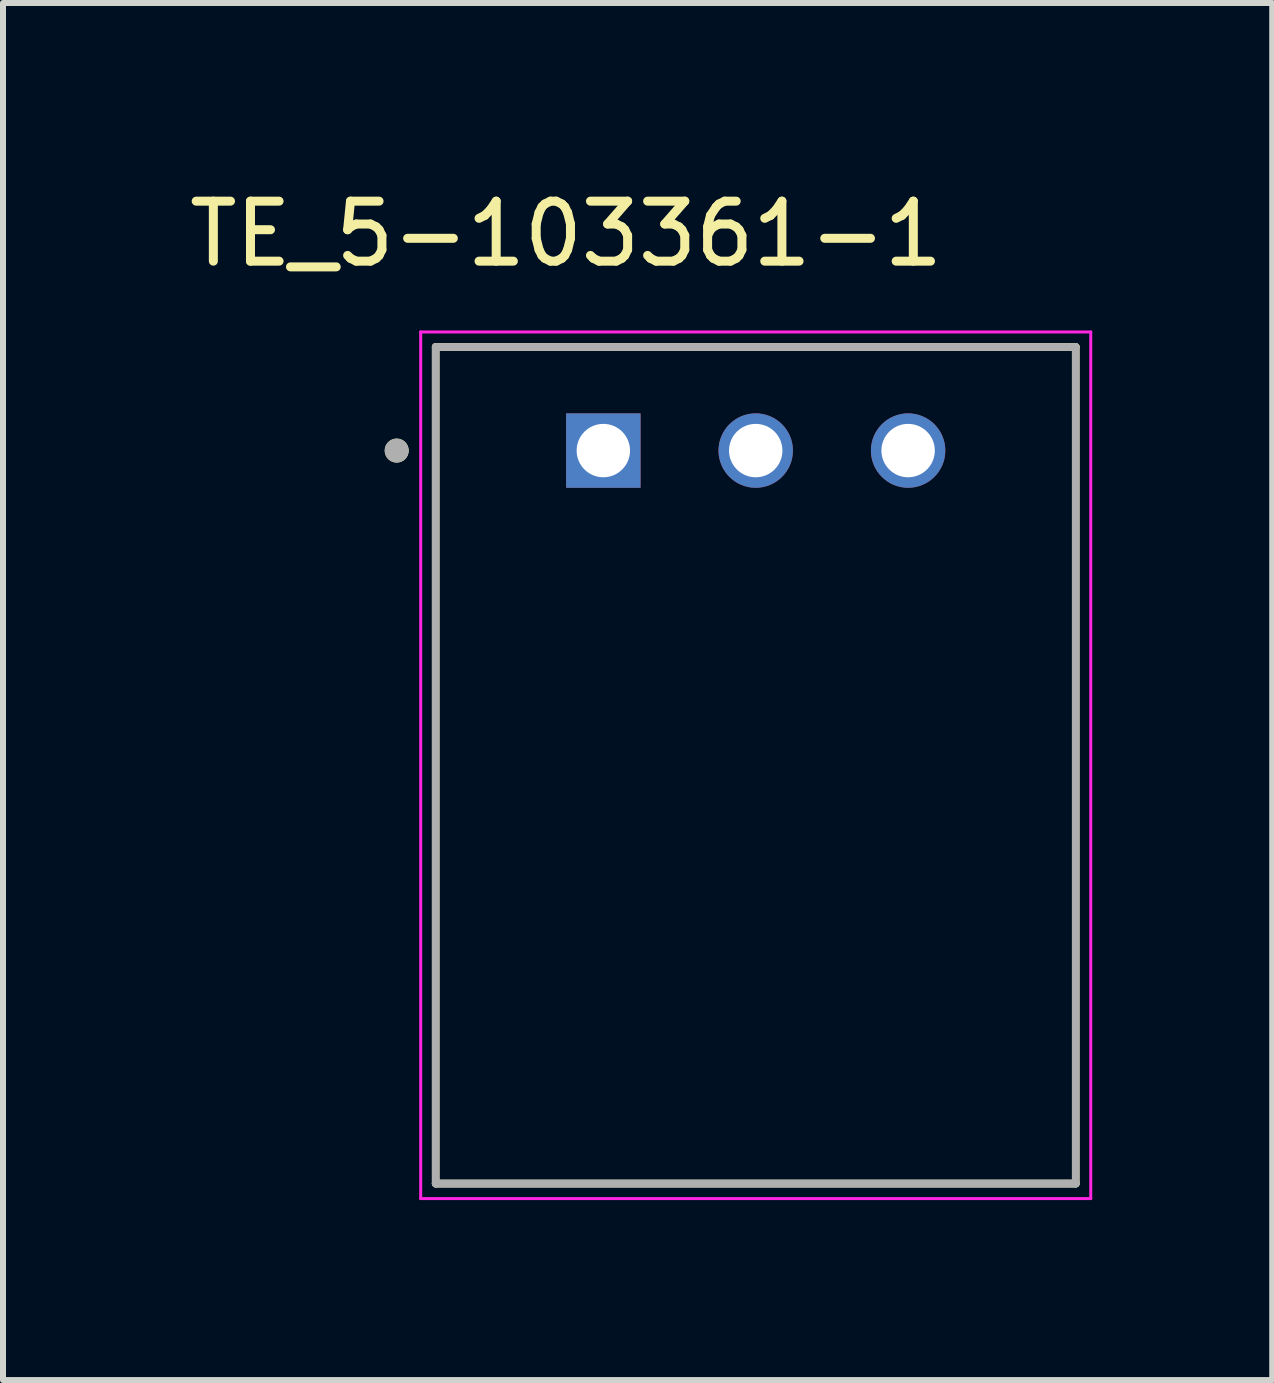
<source format=kicad_pcb>
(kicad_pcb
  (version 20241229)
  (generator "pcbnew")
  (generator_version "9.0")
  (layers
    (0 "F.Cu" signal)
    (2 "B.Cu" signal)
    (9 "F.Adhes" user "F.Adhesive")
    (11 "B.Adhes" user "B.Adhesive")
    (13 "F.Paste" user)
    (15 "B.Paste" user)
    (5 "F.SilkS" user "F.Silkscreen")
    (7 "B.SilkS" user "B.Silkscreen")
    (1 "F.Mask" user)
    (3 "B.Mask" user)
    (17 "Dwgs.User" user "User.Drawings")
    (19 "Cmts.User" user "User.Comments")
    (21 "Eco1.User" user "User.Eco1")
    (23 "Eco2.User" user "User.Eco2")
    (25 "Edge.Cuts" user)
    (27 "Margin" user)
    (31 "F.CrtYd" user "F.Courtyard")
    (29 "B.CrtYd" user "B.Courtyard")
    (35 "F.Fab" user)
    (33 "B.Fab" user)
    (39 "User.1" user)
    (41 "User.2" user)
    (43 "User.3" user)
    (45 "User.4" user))
  (footprint "TE_5-103361-1"
    (layer "F.Cu")
    (at 7.006 4.46)
    (property "Reference" "TE_5-103361-1" (at -0.619 -3.612 0) (layer "F.SilkS") (effects (font (size 1 1) (thickness 0.15))))
    (attr through_hole)
    (fp_line (start -2.794 12.217) (end -2.794 -1.727) (stroke (width 0.127) (type solid)) (layer "F.SilkS"))
    (fp_line (start 7.874 -1.727) (end -2.794 -1.727) (stroke (width 0.127) (type solid)) (layer "F.SilkS"))
    (fp_line (start 7.874 -1.727) (end 7.874 12.217) (stroke (width 0.127) (type solid)) (layer "F.SilkS"))
    (fp_line (start 7.874 12.217) (end -2.794 12.217) (stroke (width 0.127) (type solid)) (layer "F.SilkS"))
    (fp_circle (center -3.444 0) (end -3.344 0) (stroke (width 0.2) (type solid)) (fill no) (layer "F.SilkS"))
    (fp_line (start -3.044 -1.977) (end 8.124 -1.977) (stroke (width 0.05) (type solid)) (layer "F.CrtYd"))
    (fp_line (start -3.044 12.467) (end -3.044 -1.977) (stroke (width 0.05) (type solid)) (layer "F.CrtYd"))
    (fp_line (start 8.124 -1.977) (end 8.124 12.467) (stroke (width 0.05) (type solid)) (layer "F.CrtYd"))
    (fp_line (start 8.124 12.467) (end -3.044 12.467) (stroke (width 0.05) (type solid)) (layer "F.CrtYd"))
    (fp_line (start -2.794 -1.727) (end 7.874 -1.727) (stroke (width 0.127) (type solid)) (layer "F.Fab"))
    (fp_line (start -2.794 12.217) (end -2.794 -1.727) (stroke (width 0.127) (type solid)) (layer "F.Fab"))
    (fp_line (start -2.794 12.217) (end -2.794 12.217) (stroke (width 0.127) (type solid)) (layer "F.Fab"))
    (fp_line (start -2.794 12.217) (end 7.874 12.217) (stroke (width 0.127) (type solid)) (layer "F.Fab"))
    (fp_line (start 7.874 -1.727) (end 7.874 12.217) (stroke (width 0.127) (type solid)) (layer "F.Fab"))
    (fp_line (start 7.874 12.217) (end -2.794 12.217) (stroke (width 0.127) (type solid)) (layer "F.Fab"))
    (fp_line (start 7.874 12.217) (end 7.874 12.217) (stroke (width 0.127) (type solid)) (layer "F.Fab"))
    (fp_circle (center -3.444 0) (end -3.344 0) (stroke (width 0.2) (type solid)) (fill no) (layer "F.Fab"))
    (pad "1" thru_hole rect (at 0 0) (size 1.24 1.24) (drill 0.89) (layers "*.Cu" "*.Mask"))
    (pad "2" thru_hole circle (at 2.54 0) (size 1.24 1.24) (drill 0.89) (layers "*.Cu" "*.Mask"))
    (pad "3" thru_hole circle (at 5.08 0) (size 1.24 1.24) (drill 0.89) (layers "*.Cu" "*.Mask")))
  (gr_rect
    (start -3 -3)
    (end 18.155 19.952)
    (stroke (width 0.1) (type default))
    (fill no)
    (layer "Edge.Cuts")))
</source>
